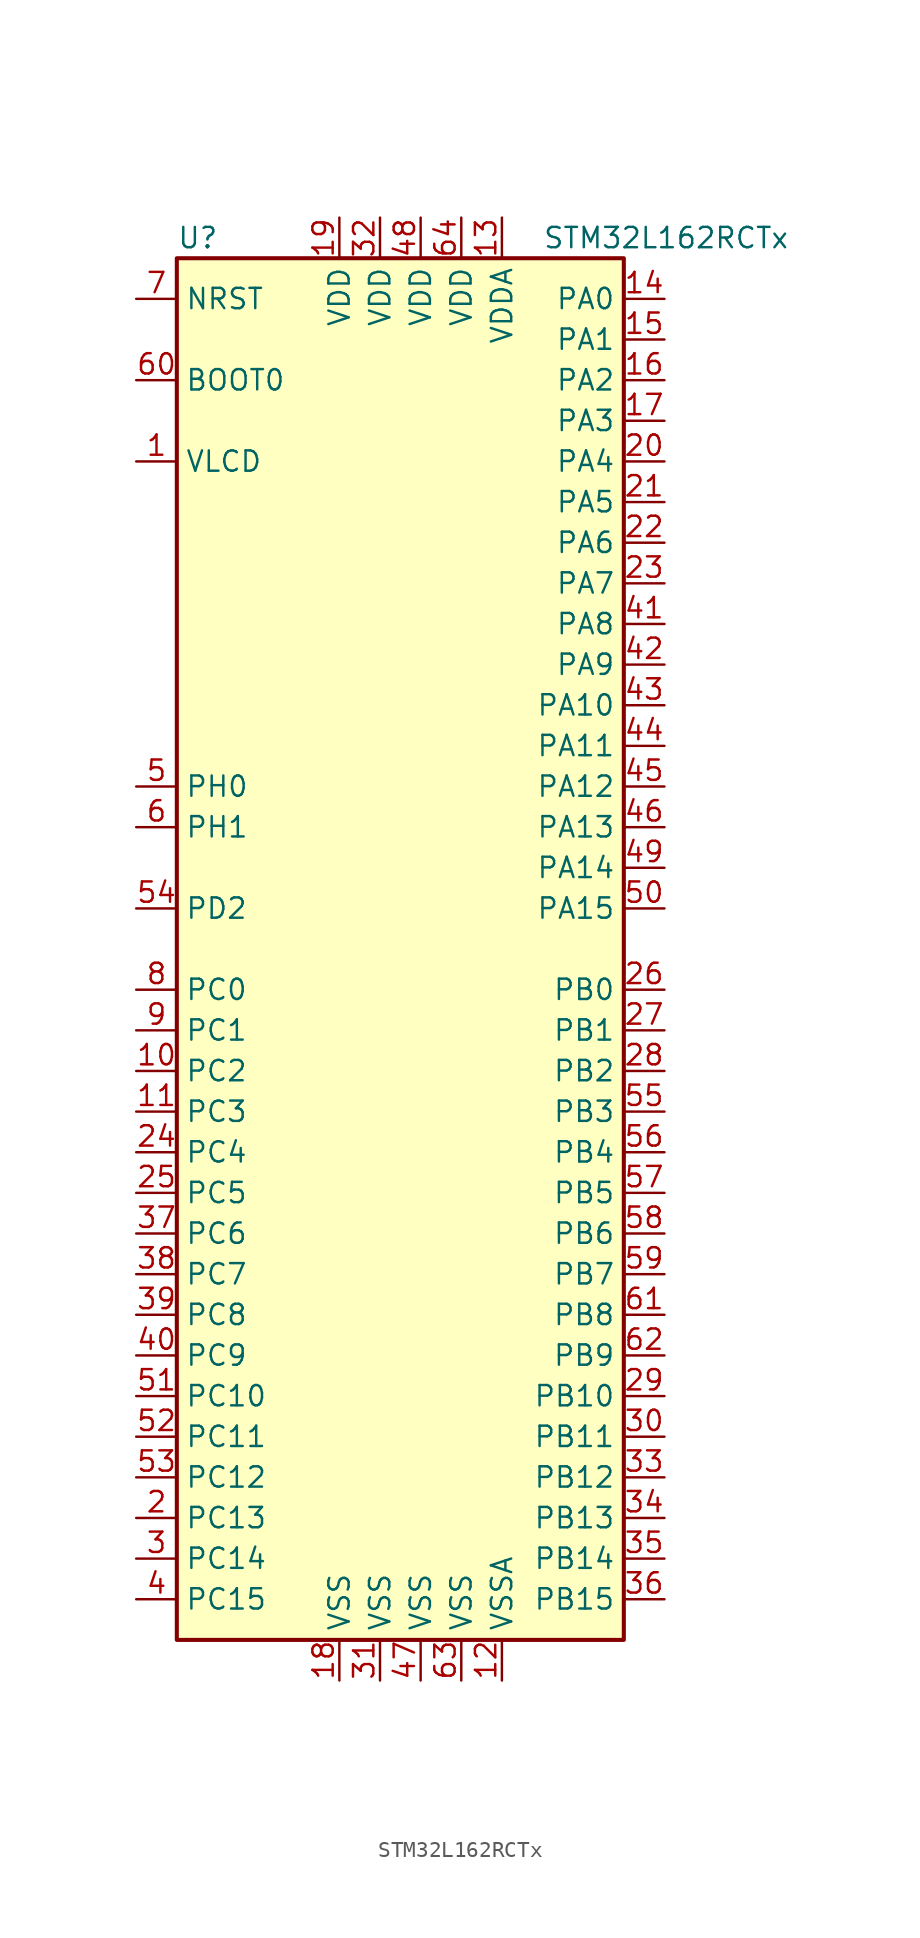
<source format=kicad_sym>
(kicad_symbol_lib
  (version 20201005)
  (generator kicad_symbol_editor)
  (symbol "STM32L162RCTx"
    (property "Reference" "U"
      (at -15.24 44.45 0)
      (effects (font (size 1.27 1.27)) (justify left)))
    (property "Value" "STM32L162RCTx"
      (at 7.62 44.45 0)
      (effects (font (size 1.27 1.27)) (justify left)))
    (symbol "STM32L162RCTx_0_1"
      (rectangle (start -15.24 -43.18) (end 12.7 43.18) (stroke (width 0.254)) (fill (type background))))
    (symbol "STM32L162RCTx_1_1"
      (pin power_in line (at -17.78 30.48 0) (length 2.54) (name "VLCD" (effects (font (size 1.27 1.27)))) (number "1" (effects (font (size 1.27 1.27)))))
      (pin bidirectional line (at -17.78 -7.62 0) (length 2.54) (name "PC2" (effects (font (size 1.27 1.27)))) (number "10" (effects (font (size 1.27 1.27)))))
      (pin bidirectional line (at -17.78 -10.16 0) (length 2.54) (name "PC3" (effects (font (size 1.27 1.27)))) (number "11" (effects (font (size 1.27 1.27)))))
      (pin power_in line (at 5.08 -45.72 90) (length 2.54) (name "VSSA" (effects (font (size 1.27 1.27)))) (number "12" (effects (font (size 1.27 1.27)))))
      (pin power_in line (at 5.08 45.72 270) (length 2.54) (name "VDDA" (effects (font (size 1.27 1.27)))) (number "13" (effects (font (size 1.27 1.27)))))
      (pin bidirectional line (at 15.24 40.64 180) (length 2.54) (name "PA0" (effects (font (size 1.27 1.27)))) (number "14" (effects (font (size 1.27 1.27)))))
      (pin bidirectional line (at 15.24 38.1 180) (length 2.54) (name "PA1" (effects (font (size 1.27 1.27)))) (number "15" (effects (font (size 1.27 1.27)))))
      (pin bidirectional line (at 15.24 35.56 180) (length 2.54) (name "PA2" (effects (font (size 1.27 1.27)))) (number "16" (effects (font (size 1.27 1.27)))))
      (pin bidirectional line (at 15.24 33.02 180) (length 2.54) (name "PA3" (effects (font (size 1.27 1.27)))) (number "17" (effects (font (size 1.27 1.27)))))
      (pin power_in line (at -5.08 -45.72 90) (length 2.54) (name "VSS" (effects (font (size 1.27 1.27)))) (number "18" (effects (font (size 1.27 1.27)))))
      (pin power_in line (at -5.08 45.72 270) (length 2.54) (name "VDD" (effects (font (size 1.27 1.27)))) (number "19" (effects (font (size 1.27 1.27)))))
      (pin bidirectional line (at -17.78 -35.56 0) (length 2.54) (name "PC13" (effects (font (size 1.27 1.27)))) (number "2" (effects (font (size 1.27 1.27)))))
      (pin bidirectional line (at 15.24 30.48 180) (length 2.54) (name "PA4" (effects (font (size 1.27 1.27)))) (number "20" (effects (font (size 1.27 1.27)))))
      (pin bidirectional line (at 15.24 27.94 180) (length 2.54) (name "PA5" (effects (font (size 1.27 1.27)))) (number "21" (effects (font (size 1.27 1.27)))))
      (pin bidirectional line (at 15.24 25.4 180) (length 2.54) (name "PA6" (effects (font (size 1.27 1.27)))) (number "22" (effects (font (size 1.27 1.27)))))
      (pin bidirectional line (at 15.24 22.86 180) (length 2.54) (name "PA7" (effects (font (size 1.27 1.27)))) (number "23" (effects (font (size 1.27 1.27)))))
      (pin bidirectional line (at -17.78 -12.7 0) (length 2.54) (name "PC4" (effects (font (size 1.27 1.27)))) (number "24" (effects (font (size 1.27 1.27)))))
      (pin bidirectional line (at -17.78 -15.24 0) (length 2.54) (name "PC5" (effects (font (size 1.27 1.27)))) (number "25" (effects (font (size 1.27 1.27)))))
      (pin bidirectional line (at 15.24 -2.54 180) (length 2.54) (name "PB0" (effects (font (size 1.27 1.27)))) (number "26" (effects (font (size 1.27 1.27)))))
      (pin bidirectional line (at 15.24 -5.08 180) (length 2.54) (name "PB1" (effects (font (size 1.27 1.27)))) (number "27" (effects (font (size 1.27 1.27)))))
      (pin bidirectional line (at 15.24 -7.62 180) (length 2.54) (name "PB2" (effects (font (size 1.27 1.27)))) (number "28" (effects (font (size 1.27 1.27)))))
      (pin bidirectional line (at 15.24 -27.94 180) (length 2.54) (name "PB10" (effects (font (size 1.27 1.27)))) (number "29" (effects (font (size 1.27 1.27)))))
      (pin bidirectional line (at -17.78 -38.1 0) (length 2.54) (name "PC14" (effects (font (size 1.27 1.27)))) (number "3" (effects (font (size 1.27 1.27)))))
      (pin bidirectional line (at 15.24 -30.48 180) (length 2.54) (name "PB11" (effects (font (size 1.27 1.27)))) (number "30" (effects (font (size 1.27 1.27)))))
      (pin power_in line (at -2.54 -45.72 90) (length 2.54) (name "VSS" (effects (font (size 1.27 1.27)))) (number "31" (effects (font (size 1.27 1.27)))))
      (pin power_in line (at -2.54 45.72 270) (length 2.54) (name "VDD" (effects (font (size 1.27 1.27)))) (number "32" (effects (font (size 1.27 1.27)))))
      (pin bidirectional line (at 15.24 -33.02 180) (length 2.54) (name "PB12" (effects (font (size 1.27 1.27)))) (number "33" (effects (font (size 1.27 1.27)))))
      (pin bidirectional line (at 15.24 -35.56 180) (length 2.54) (name "PB13" (effects (font (size 1.27 1.27)))) (number "34" (effects (font (size 1.27 1.27)))))
      (pin bidirectional line (at 15.24 -38.1 180) (length 2.54) (name "PB14" (effects (font (size 1.27 1.27)))) (number "35" (effects (font (size 1.27 1.27)))))
      (pin bidirectional line (at 15.24 -40.64 180) (length 2.54) (name "PB15" (effects (font (size 1.27 1.27)))) (number "36" (effects (font (size 1.27 1.27)))))
      (pin bidirectional line (at -17.78 -17.78 0) (length 2.54) (name "PC6" (effects (font (size 1.27 1.27)))) (number "37" (effects (font (size 1.27 1.27)))))
      (pin bidirectional line (at -17.78 -20.32 0) (length 2.54) (name "PC7" (effects (font (size 1.27 1.27)))) (number "38" (effects (font (size 1.27 1.27)))))
      (pin bidirectional line (at -17.78 -22.86 0) (length 2.54) (name "PC8" (effects (font (size 1.27 1.27)))) (number "39" (effects (font (size 1.27 1.27)))))
      (pin bidirectional line (at -17.78 -40.64 0) (length 2.54) (name "PC15" (effects (font (size 1.27 1.27)))) (number "4" (effects (font (size 1.27 1.27)))))
      (pin bidirectional line (at -17.78 -25.4 0) (length 2.54) (name "PC9" (effects (font (size 1.27 1.27)))) (number "40" (effects (font (size 1.27 1.27)))))
      (pin bidirectional line (at 15.24 20.32 180) (length 2.54) (name "PA8" (effects (font (size 1.27 1.27)))) (number "41" (effects (font (size 1.27 1.27)))))
      (pin bidirectional line (at 15.24 17.78 180) (length 2.54) (name "PA9" (effects (font (size 1.27 1.27)))) (number "42" (effects (font (size 1.27 1.27)))))
      (pin bidirectional line (at 15.24 15.24 180) (length 2.54) (name "PA10" (effects (font (size 1.27 1.27)))) (number "43" (effects (font (size 1.27 1.27)))))
      (pin bidirectional line (at 15.24 12.7 180) (length 2.54) (name "PA11" (effects (font (size 1.27 1.27)))) (number "44" (effects (font (size 1.27 1.27)))))
      (pin bidirectional line (at 15.24 10.16 180) (length 2.54) (name "PA12" (effects (font (size 1.27 1.27)))) (number "45" (effects (font (size 1.27 1.27)))))
      (pin bidirectional line (at 15.24 7.62 180) (length 2.54) (name "PA13" (effects (font (size 1.27 1.27)))) (number "46" (effects (font (size 1.27 1.27)))))
      (pin power_in line (at 0 -45.72 90) (length 2.54) (name "VSS" (effects (font (size 1.27 1.27)))) (number "47" (effects (font (size 1.27 1.27)))))
      (pin power_in line (at 0 45.72 270) (length 2.54) (name "VDD" (effects (font (size 1.27 1.27)))) (number "48" (effects (font (size 1.27 1.27)))))
      (pin bidirectional line (at 15.24 5.08 180) (length 2.54) (name "PA14" (effects (font (size 1.27 1.27)))) (number "49" (effects (font (size 1.27 1.27)))))
      (pin input line (at -17.78 10.16 0) (length 2.54) (name "PH0" (effects (font (size 1.27 1.27)))) (number "5" (effects (font (size 1.27 1.27)))))
      (pin bidirectional line (at 15.24 2.54 180) (length 2.54) (name "PA15" (effects (font (size 1.27 1.27)))) (number "50" (effects (font (size 1.27 1.27)))))
      (pin bidirectional line (at -17.78 -27.94 0) (length 2.54) (name "PC10" (effects (font (size 1.27 1.27)))) (number "51" (effects (font (size 1.27 1.27)))))
      (pin bidirectional line (at -17.78 -30.48 0) (length 2.54) (name "PC11" (effects (font (size 1.27 1.27)))) (number "52" (effects (font (size 1.27 1.27)))))
      (pin bidirectional line (at -17.78 -33.02 0) (length 2.54) (name "PC12" (effects (font (size 1.27 1.27)))) (number "53" (effects (font (size 1.27 1.27)))))
      (pin bidirectional line (at -17.78 2.54 0) (length 2.54) (name "PD2" (effects (font (size 1.27 1.27)))) (number "54" (effects (font (size 1.27 1.27)))))
      (pin bidirectional line (at 15.24 -10.16 180) (length 2.54) (name "PB3" (effects (font (size 1.27 1.27)))) (number "55" (effects (font (size 1.27 1.27)))))
      (pin bidirectional line (at 15.24 -12.7 180) (length 2.54) (name "PB4" (effects (font (size 1.27 1.27)))) (number "56" (effects (font (size 1.27 1.27)))))
      (pin bidirectional line (at 15.24 -15.24 180) (length 2.54) (name "PB5" (effects (font (size 1.27 1.27)))) (number "57" (effects (font (size 1.27 1.27)))))
      (pin bidirectional line (at 15.24 -17.78 180) (length 2.54) (name "PB6" (effects (font (size 1.27 1.27)))) (number "58" (effects (font (size 1.27 1.27)))))
      (pin bidirectional line (at 15.24 -20.32 180) (length 2.54) (name "PB7" (effects (font (size 1.27 1.27)))) (number "59" (effects (font (size 1.27 1.27)))))
      (pin input line (at -17.78 7.62 0) (length 2.54) (name "PH1" (effects (font (size 1.27 1.27)))) (number "6" (effects (font (size 1.27 1.27)))))
      (pin input line (at -17.78 35.56 0) (length 2.54) (name "BOOT0" (effects (font (size 1.27 1.27)))) (number "60" (effects (font (size 1.27 1.27)))))
      (pin bidirectional line (at 15.24 -22.86 180) (length 2.54) (name "PB8" (effects (font (size 1.27 1.27)))) (number "61" (effects (font (size 1.27 1.27)))))
      (pin bidirectional line (at 15.24 -25.4 180) (length 2.54) (name "PB9" (effects (font (size 1.27 1.27)))) (number "62" (effects (font (size 1.27 1.27)))))
      (pin power_in line (at 2.54 -45.72 90) (length 2.54) (name "VSS" (effects (font (size 1.27 1.27)))) (number "63" (effects (font (size 1.27 1.27)))))
      (pin power_in line (at 2.54 45.72 270) (length 2.54) (name "VDD" (effects (font (size 1.27 1.27)))) (number "64" (effects (font (size 1.27 1.27)))))
      (pin input line (at -17.78 40.64 0) (length 2.54) (name "NRST" (effects (font (size 1.27 1.27)))) (number "7" (effects (font (size 1.27 1.27)))))
      (pin bidirectional line (at -17.78 -2.54 0) (length 2.54) (name "PC0" (effects (font (size 1.27 1.27)))) (number "8" (effects (font (size 1.27 1.27)))))
      (pin bidirectional line (at -17.78 -5.08 0) (length 2.54) (name "PC1" (effects (font (size 1.27 1.27)))) (number "9" (effects (font (size 1.27 1.27))))))))
</source>
